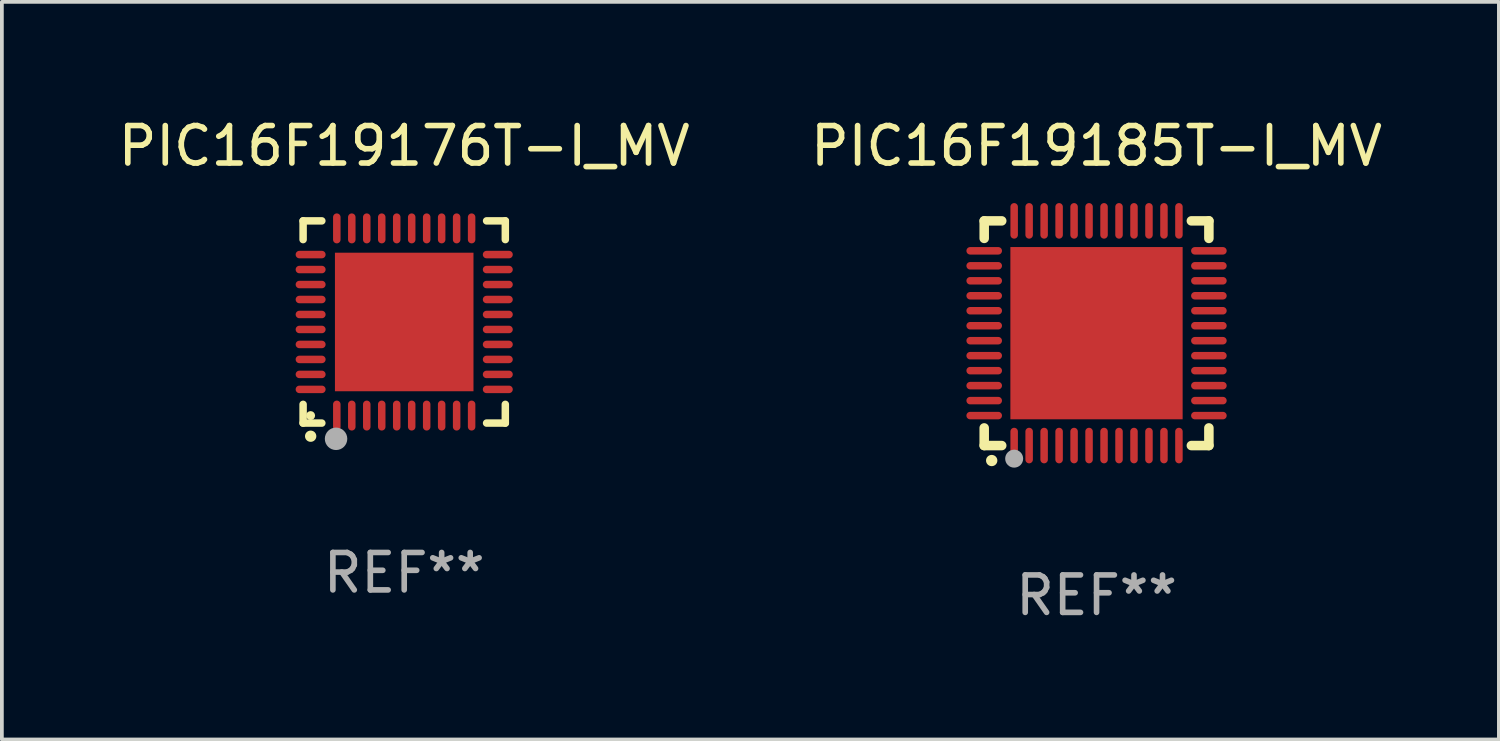
<source format=kicad_pcb>
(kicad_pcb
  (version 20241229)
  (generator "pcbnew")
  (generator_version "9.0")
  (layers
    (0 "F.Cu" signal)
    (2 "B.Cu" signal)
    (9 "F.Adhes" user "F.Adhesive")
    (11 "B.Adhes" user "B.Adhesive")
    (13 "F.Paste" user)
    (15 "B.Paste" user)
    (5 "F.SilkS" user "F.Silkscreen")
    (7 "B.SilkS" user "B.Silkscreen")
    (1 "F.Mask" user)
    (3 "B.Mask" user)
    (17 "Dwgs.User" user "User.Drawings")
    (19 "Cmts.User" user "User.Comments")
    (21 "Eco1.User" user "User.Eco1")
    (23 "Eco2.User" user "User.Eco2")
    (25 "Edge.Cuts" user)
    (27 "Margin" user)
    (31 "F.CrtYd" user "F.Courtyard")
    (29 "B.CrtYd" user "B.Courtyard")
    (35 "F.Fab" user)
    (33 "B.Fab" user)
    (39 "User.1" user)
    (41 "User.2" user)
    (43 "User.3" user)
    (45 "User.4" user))
  (footprint "PIC16F19185T-I_MV"
    (layer "F.Cu")
    (at 26.232 5.848)
    (property "Reference" "PIC16F19185T-I_MV" (at 0 -5 0) (layer "F.SilkS") (effects (font (size 1 1) (thickness 0.15))))
    (attr through_hole)
    (fp_line (start -3 -3) (end -2.532 -3) (stroke (width 0.254) (type solid)) (layer "F.SilkS"))
    (fp_line (start -3 -2.532) (end -3 -3) (stroke (width 0.254) (type solid)) (layer "F.SilkS"))
    (fp_line (start -3 3) (end -3 2.529) (stroke (width 0.254) (type solid)) (layer "F.SilkS"))
    (fp_line (start -2.532 3) (end -3 3) (stroke (width 0.254) (type solid)) (layer "F.SilkS"))
    (fp_line (start 2.532 -3) (end 3 -3) (stroke (width 0.254) (type solid)) (layer "F.SilkS"))
    (fp_line (start 3 -3) (end 3 -2.532) (stroke (width 0.254) (type solid)) (layer "F.SilkS"))
    (fp_line (start 3 2.529) (end 3 3) (stroke (width 0.254) (type solid)) (layer "F.SilkS"))
    (fp_line (start 3 3) (end 2.532 3) (stroke (width 0.254) (type solid)) (layer "F.SilkS"))
    (fp_arc (start -2.801295 3.400025) (mid -2.800025 3.40002) (end -2.798755 3.400025) (stroke (width 0.3) (type solid)) (layer "F.SilkS"))
    (fp_circle (center -3 3) (end -2.97 3) (stroke (width 0.06) (type solid)) (fill no) (layer "F.SilkS"))
    (fp_circle (center -2.2 3.35) (end -2.08 3.35) (stroke (width 0.24) (type solid)) (fill no) (layer "F.Fab"))
    (fp_text user "REF**" (at 0 7 0) (layer "F.Fab") (effects (font (size 1 1) (thickness 0.15))))
    (pad "1" smd oval (at -2.2 3) (size 0.2 0.95) (layers "F.Cu" "F.Mask" "F.Paste"))
    (pad "2" smd oval (at -1.8 3) (size 0.2 0.95) (layers "F.Cu" "F.Mask" "F.Paste"))
    (pad "3" smd oval (at -1.4 3) (size 0.2 0.95) (layers "F.Cu" "F.Mask" "F.Paste"))
    (pad "4" smd oval (at -1 3) (size 0.2 0.95) (layers "F.Cu" "F.Mask" "F.Paste"))
    (pad "5" smd oval (at -0.6 3) (size 0.2 0.95) (layers "F.Cu" "F.Mask" "F.Paste"))
    (pad "6" smd oval (at -0.2 3) (size 0.2 0.95) (layers "F.Cu" "F.Mask" "F.Paste"))
    (pad "7" smd oval (at 0.2 3) (size 0.2 0.95) (layers "F.Cu" "F.Mask" "F.Paste"))
    (pad "8" smd oval (at 0.6 3) (size 0.2 0.95) (layers "F.Cu" "F.Mask" "F.Paste"))
    (pad "9" smd oval (at 1 3) (size 0.2 0.95) (layers "F.Cu" "F.Mask" "F.Paste"))
    (pad "10" smd oval (at 1.4 3) (size 0.2 0.95) (layers "F.Cu" "F.Mask" "F.Paste"))
    (pad "11" smd oval (at 1.8 3) (size 0.2 0.95) (layers "F.Cu" "F.Mask" "F.Paste"))
    (pad "12" smd oval (at 2.2 3) (size 0.2 0.95) (layers "F.Cu" "F.Mask" "F.Paste"))
    (pad "13" smd oval (at 3 2.2 90) (size 0.2 0.95) (layers "F.Cu" "F.Mask" "F.Paste"))
    (pad "14" smd oval (at 3 1.8 90) (size 0.2 0.95) (layers "F.Cu" "F.Mask" "F.Paste"))
    (pad "15" smd oval (at 3 1.4 90) (size 0.2 0.95) (layers "F.Cu" "F.Mask" "F.Paste"))
    (pad "16" smd oval (at 3 1 90) (size 0.2 0.95) (layers "F.Cu" "F.Mask" "F.Paste"))
    (pad "17" smd oval (at 3 0.6 90) (size 0.2 0.95) (layers "F.Cu" "F.Mask" "F.Paste"))
    (pad "18" smd oval (at 3 0.2 90) (size 0.2 0.95) (layers "F.Cu" "F.Mask" "F.Paste"))
    (pad "19" smd oval (at 3 -0.2 90) (size 0.2 0.95) (layers "F.Cu" "F.Mask" "F.Paste"))
    (pad "20" smd oval (at 3 -0.6 90) (size 0.2 0.95) (layers "F.Cu" "F.Mask" "F.Paste"))
    (pad "21" smd oval (at 3 -1 90) (size 0.2 0.95) (layers "F.Cu" "F.Mask" "F.Paste"))
    (pad "22" smd oval (at 3 -1.4 90) (size 0.2 0.95) (layers "F.Cu" "F.Mask" "F.Paste"))
    (pad "23" smd oval (at 3 -1.8 90) (size 0.2 0.95) (layers "F.Cu" "F.Mask" "F.Paste"))
    (pad "24" smd oval (at 3 -2.2 90) (size 0.2 0.95) (layers "F.Cu" "F.Mask" "F.Paste"))
    (pad "25" smd oval (at 2.2 -3 180) (size 0.2 0.95) (layers "F.Cu" "F.Mask" "F.Paste"))
    (pad "26" smd oval (at 1.8 -3 180) (size 0.2 0.95) (layers "F.Cu" "F.Mask" "F.Paste"))
    (pad "27" smd oval (at 1.4 -3 180) (size 0.2 0.95) (layers "F.Cu" "F.Mask" "F.Paste"))
    (pad "28" smd oval (at 1 -3 180) (size 0.2 0.95) (layers "F.Cu" "F.Mask" "F.Paste"))
    (pad "29" smd oval (at 0.6 -3 180) (size 0.2 0.95) (layers "F.Cu" "F.Mask" "F.Paste"))
    (pad "30" smd oval (at 0.2 -3 180) (size 0.2 0.95) (layers "F.Cu" "F.Mask" "F.Paste"))
    (pad "31" smd oval (at -0.2 -3 180) (size 0.2 0.95) (layers "F.Cu" "F.Mask" "F.Paste"))
    (pad "32" smd oval (at -0.6 -3 180) (size 0.2 0.95) (layers "F.Cu" "F.Mask" "F.Paste"))
    (pad "33" smd oval (at -1 -3 180) (size 0.2 0.95) (layers "F.Cu" "F.Mask" "F.Paste"))
    (pad "34" smd oval (at -1.4 -3 180) (size 0.2 0.95) (layers "F.Cu" "F.Mask" "F.Paste"))
    (pad "35" smd oval (at -1.8 -3 180) (size 0.2 0.95) (layers "F.Cu" "F.Mask" "F.Paste"))
    (pad "36" smd oval (at -2.2 -3 180) (size 0.2 0.95) (layers "F.Cu" "F.Mask" "F.Paste"))
    (pad "37" smd oval (at -3 -2.2 270) (size 0.2 0.95) (layers "F.Cu" "F.Mask" "F.Paste"))
    (pad "38" smd oval (at -3 -1.8 270) (size 0.2 0.95) (layers "F.Cu" "F.Mask" "F.Paste"))
    (pad "39" smd oval (at -3 -1.4 270) (size 0.2 0.95) (layers "F.Cu" "F.Mask" "F.Paste"))
    (pad "40" smd oval (at -3 -1 270) (size 0.2 0.95) (layers "F.Cu" "F.Mask" "F.Paste"))
    (pad "41" smd oval (at -3 -0.6 270) (size 0.2 0.95) (layers "F.Cu" "F.Mask" "F.Paste"))
    (pad "42" smd oval (at -3 -0.2 270) (size 0.2 0.95) (layers "F.Cu" "F.Mask" "F.Paste"))
    (pad "43" smd oval (at -3 0.2 270) (size 0.2 0.95) (layers "F.Cu" "F.Mask" "F.Paste"))
    (pad "44" smd oval (at -3 0.6 270) (size 0.2 0.95) (layers "F.Cu" "F.Mask" "F.Paste"))
    (pad "45" smd oval (at -3 1 270) (size 0.2 0.95) (layers "F.Cu" "F.Mask" "F.Paste"))
    (pad "46" smd oval (at -3 1.4 270) (size 0.2 0.95) (layers "F.Cu" "F.Mask" "F.Paste"))
    (pad "47" smd oval (at -3 1.8 270) (size 0.2 0.95) (layers "F.Cu" "F.Mask" "F.Paste"))
    (pad "48" smd oval (at -3 2.2 270) (size 0.2 0.95) (layers "F.Cu" "F.Mask" "F.Paste"))
    (pad "49" smd rect (at -0.001 -0.001 180) (size 4.6 4.6) (layers "F.Cu" "F.Mask" "F.Paste")))
  (footprint "PIC16F19176T-I_MV"
    (layer "F.Cu")
    (at 7.744 5.548)
    (property "Reference" "PIC16F19176T-I_MV" (at 0 -4.7 0) (layer "F.SilkS") (effects (font (size 1 1) (thickness 0.15))))
    (attr through_hole)
    (fp_line (start -2.7 -2.7) (end -2.7 -2.2) (stroke (width 0.2) (type solid)) (layer "F.SilkS"))
    (fp_line (start -2.7 2.7) (end -2.7 2.2) (stroke (width 0.2) (type solid)) (layer "F.SilkS"))
    (fp_line (start -2.2 -2.7) (end -2.7 -2.7) (stroke (width 0.2) (type solid)) (layer "F.SilkS"))
    (fp_line (start -2.2 2.7) (end -2.7 2.7) (stroke (width 0.2) (type solid)) (layer "F.SilkS"))
    (fp_line (start 2.7 -2.7) (end 2.2 -2.7) (stroke (width 0.2) (type solid)) (layer "F.SilkS"))
    (fp_line (start 2.7 -2.2) (end 2.7 -2.7) (stroke (width 0.2) (type solid)) (layer "F.SilkS"))
    (fp_line (start 2.7 2.2) (end 2.7 2.7) (stroke (width 0.2) (type solid)) (layer "F.SilkS"))
    (fp_line (start 2.7 2.7) (end 2.2 2.7) (stroke (width 0.2) (type solid)) (layer "F.SilkS"))
    (fp_arc (start -2.499365 3.050546) (mid -2.498095 3.050541) (end -2.496825 3.050546) (stroke (width 0.3) (type solid)) (layer "F.SilkS"))
    (fp_circle (center -2.5 2.5) (end -2.44 2.5) (stroke (width 0.12) (type solid)) (fill no) (layer "F.SilkS"))
    (fp_circle (center -1.82 3.12) (end -1.67 3.12) (stroke (width 0.3) (type solid)) (fill no) (layer "F.Fab"))
    (fp_text user "REF**" (at 0 6.7 0) (layer "F.Fab") (effects (font (size 1 1) (thickness 0.15))))
    (pad "1" smd oval (at -1.8 2.499) (size 0.2 0.8) (layers "F.Cu" "F.Mask" "F.Paste"))
    (pad "2" smd oval (at -1.4 2.499) (size 0.2 0.8) (layers "F.Cu" "F.Mask" "F.Paste"))
    (pad "3" smd oval (at -1 2.499) (size 0.2 0.8) (layers "F.Cu" "F.Mask" "F.Paste"))
    (pad "4" smd oval (at -0.6 2.499) (size 0.2 0.8) (layers "F.Cu" "F.Mask" "F.Paste"))
    (pad "5" smd oval (at -0.2 2.499) (size 0.2 0.8) (layers "F.Cu" "F.Mask" "F.Paste"))
    (pad "6" smd oval (at 0.2 2.499) (size 0.2 0.8) (layers "F.Cu" "F.Mask" "F.Paste"))
    (pad "7" smd oval (at 0.6 2.499) (size 0.2 0.8) (layers "F.Cu" "F.Mask" "F.Paste"))
    (pad "8" smd oval (at 1 2.499) (size 0.2 0.8) (layers "F.Cu" "F.Mask" "F.Paste"))
    (pad "9" smd oval (at 1.4 2.499) (size 0.2 0.8) (layers "F.Cu" "F.Mask" "F.Paste"))
    (pad "10" smd oval (at 1.8 2.499) (size 0.2 0.8) (layers "F.Cu" "F.Mask" "F.Paste"))
    (pad "11" smd oval (at 2.499 1.8) (size 0.8 0.2) (layers "F.Cu" "F.Mask" "F.Paste"))
    (pad "12" smd oval (at 2.499 1.4) (size 0.8 0.2) (layers "F.Cu" "F.Mask" "F.Paste"))
    (pad "13" smd oval (at 2.499 1) (size 0.8 0.2) (layers "F.Cu" "F.Mask" "F.Paste"))
    (pad "14" smd oval (at 2.499 0.6) (size 0.8 0.2) (layers "F.Cu" "F.Mask" "F.Paste"))
    (pad "15" smd oval (at 2.499 0.2) (size 0.8 0.2) (layers "F.Cu" "F.Mask" "F.Paste"))
    (pad "16" smd oval (at 2.499 -0.2) (size 0.8 0.2) (layers "F.Cu" "F.Mask" "F.Paste"))
    (pad "17" smd oval (at 2.499 -0.6) (size 0.8 0.2) (layers "F.Cu" "F.Mask" "F.Paste"))
    (pad "18" smd oval (at 2.499 -1) (size 0.8 0.2) (layers "F.Cu" "F.Mask" "F.Paste"))
    (pad "19" smd oval (at 2.499 -1.4) (size 0.8 0.2) (layers "F.Cu" "F.Mask" "F.Paste"))
    (pad "20" smd oval (at 2.499 -1.8) (size 0.8 0.2) (layers "F.Cu" "F.Mask" "F.Paste"))
    (pad "21" smd oval (at 1.8 -2.499) (size 0.2 0.8) (layers "F.Cu" "F.Mask" "F.Paste"))
    (pad "22" smd oval (at 1.4 -2.499) (size 0.2 0.8) (layers "F.Cu" "F.Mask" "F.Paste"))
    (pad "23" smd oval (at 1 -2.499) (size 0.2 0.8) (layers "F.Cu" "F.Mask" "F.Paste"))
    (pad "24" smd oval (at 0.6 -2.499) (size 0.2 0.8) (layers "F.Cu" "F.Mask" "F.Paste"))
    (pad "25" smd oval (at 0.2 -2.499) (size 0.2 0.8) (layers "F.Cu" "F.Mask" "F.Paste"))
    (pad "26" smd oval (at -0.2 -2.499) (size 0.2 0.8) (layers "F.Cu" "F.Mask" "F.Paste"))
    (pad "27" smd oval (at -0.6 -2.499) (size 0.2 0.8) (layers "F.Cu" "F.Mask" "F.Paste"))
    (pad "28" smd oval (at -1 -2.499) (size 0.2 0.8) (layers "F.Cu" "F.Mask" "F.Paste"))
    (pad "29" smd oval (at -1.4 -2.499) (size 0.2 0.8) (layers "F.Cu" "F.Mask" "F.Paste"))
    (pad "30" smd oval (at -1.8 -2.499) (size 0.2 0.8) (layers "F.Cu" "F.Mask" "F.Paste"))
    (pad "31" smd oval (at -2.499 -1.8) (size 0.8 0.2) (layers "F.Cu" "F.Mask" "F.Paste"))
    (pad "32" smd oval (at -2.499 -1.4) (size 0.8 0.2) (layers "F.Cu" "F.Mask" "F.Paste"))
    (pad "33" smd oval (at -2.499 -1) (size 0.8 0.2) (layers "F.Cu" "F.Mask" "F.Paste"))
    (pad "34" smd oval (at -2.499 -0.6) (size 0.8 0.2) (layers "F.Cu" "F.Mask" "F.Paste"))
    (pad "35" smd oval (at -2.499 -0.2) (size 0.8 0.2) (layers "F.Cu" "F.Mask" "F.Paste"))
    (pad "36" smd oval (at -2.499 0.2) (size 0.8 0.2) (layers "F.Cu" "F.Mask" "F.Paste"))
    (pad "37" smd oval (at -2.499 0.6) (size 0.8 0.2) (layers "F.Cu" "F.Mask" "F.Paste"))
    (pad "38" smd oval (at -2.499 1) (size 0.8 0.2) (layers "F.Cu" "F.Mask" "F.Paste"))
    (pad "39" smd oval (at -2.499 1.4) (size 0.8 0.2) (layers "F.Cu" "F.Mask" "F.Paste"))
    (pad "40" smd oval (at -2.499 1.8) (size 0.8 0.2) (layers "F.Cu" "F.Mask" "F.Paste"))
    (pad "41" smd rect (at 0 0) (size 3.7 3.7) (layers "F.Cu" "F.Mask" "F.Paste")))
  (gr_rect
    (start -3 -3)
    (end 36.976 16.697)
    (stroke (width 0.1) (type default))
    (fill no)
    (layer "Edge.Cuts")))
</source>
